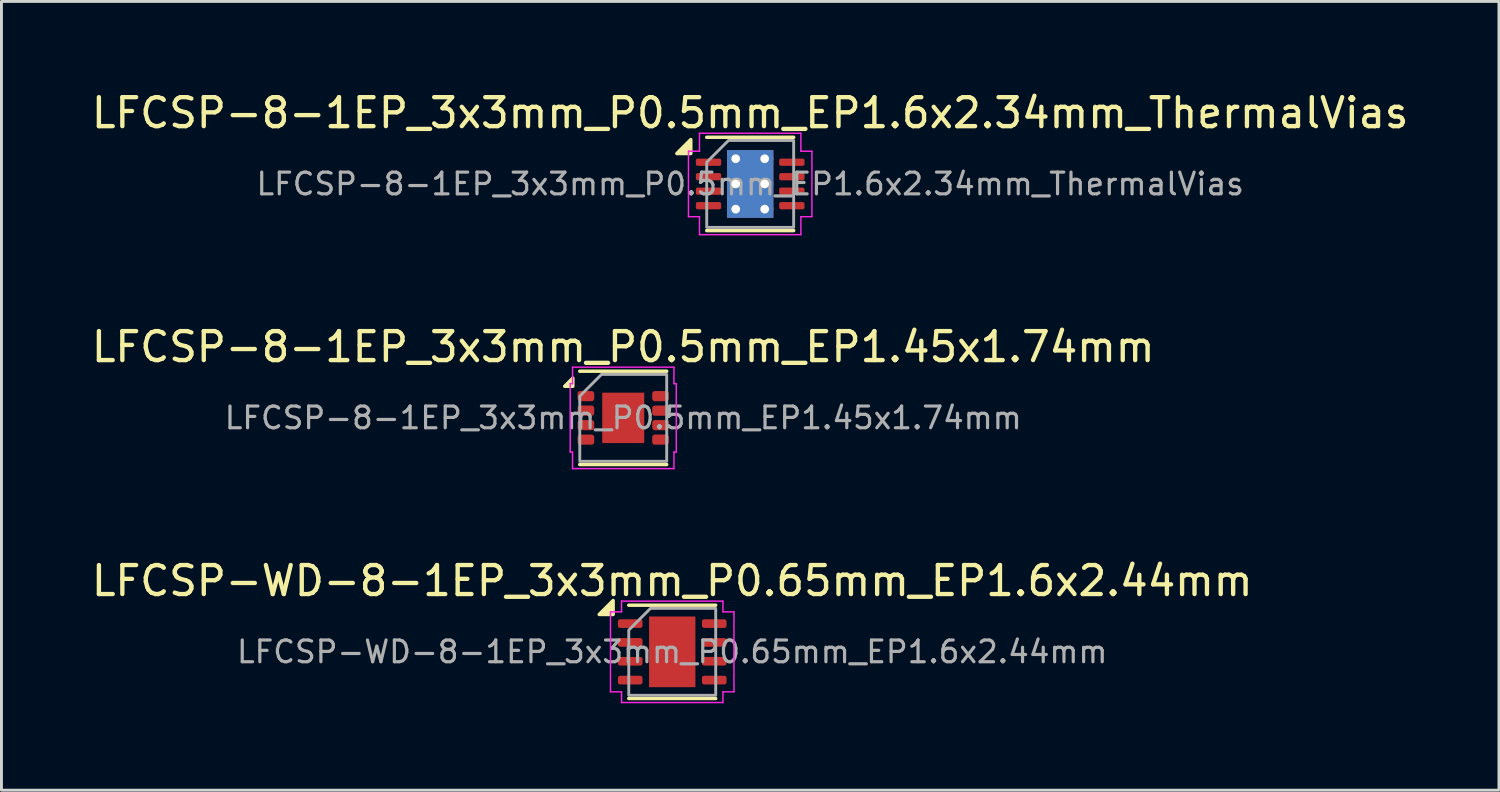
<source format=kicad_pcb>
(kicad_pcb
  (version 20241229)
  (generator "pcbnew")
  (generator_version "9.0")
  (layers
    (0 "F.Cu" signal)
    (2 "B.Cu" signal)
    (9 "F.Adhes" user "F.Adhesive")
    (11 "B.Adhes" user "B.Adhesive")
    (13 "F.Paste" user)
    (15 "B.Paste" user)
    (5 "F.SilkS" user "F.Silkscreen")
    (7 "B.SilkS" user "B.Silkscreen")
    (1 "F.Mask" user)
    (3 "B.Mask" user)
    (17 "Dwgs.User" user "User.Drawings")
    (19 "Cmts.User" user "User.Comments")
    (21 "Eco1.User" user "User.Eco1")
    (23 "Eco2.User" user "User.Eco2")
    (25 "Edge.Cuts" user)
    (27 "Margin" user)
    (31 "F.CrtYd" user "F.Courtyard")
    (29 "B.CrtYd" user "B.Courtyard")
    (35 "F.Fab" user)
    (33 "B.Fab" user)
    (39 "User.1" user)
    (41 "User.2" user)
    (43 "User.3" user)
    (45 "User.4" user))
  (footprint "LFCSP-WD-8-1EP_3x3mm_P0.65mm_EP1.6x2.44mm"
    (layer "F.Cu")
    (at 20.149 19.445)
    (property "Reference" "LFCSP-WD-8-1EP_3x3mm_P0.65mm_EP1.6x2.44mm" (at 0 -2.45 0) (layer "F.SilkS") (effects (font (size 1 1) (thickness 0.15))))
    (attr smd)
    (fp_line (start -1.5 -1.61) (end 1.5 -1.61) (stroke (width 0.12) (type solid)) (layer "F.SilkS"))
    (fp_line (start -1.5 1.61) (end 1.5 1.61) (stroke (width 0.12) (type solid)) (layer "F.SilkS"))
    (fp_poly (pts (xy -2.04 -1.29) (xy -2.52 -1.29) (xy -2.04 -1.77)) (stroke (width 0.12) (type solid)) (fill yes) (layer "F.SilkS"))
    (fp_line (start -2.13 -1.38) (end -1.75 -1.38) (stroke (width 0.05) (type solid)) (layer "F.CrtYd"))
    (fp_line (start -2.13 1.38) (end -2.13 -1.38) (stroke (width 0.05) (type solid)) (layer "F.CrtYd"))
    (fp_line (start -1.75 -1.75) (end 1.75 -1.75) (stroke (width 0.05) (type solid)) (layer "F.CrtYd"))
    (fp_line (start -1.75 -1.38) (end -1.75 -1.75) (stroke (width 0.05) (type solid)) (layer "F.CrtYd"))
    (fp_line (start -1.75 1.38) (end -2.13 1.38) (stroke (width 0.05) (type solid)) (layer "F.CrtYd"))
    (fp_line (start -1.75 1.75) (end -1.75 1.38) (stroke (width 0.05) (type solid)) (layer "F.CrtYd"))
    (fp_line (start 1.75 -1.75) (end 1.75 -1.38) (stroke (width 0.05) (type solid)) (layer "F.CrtYd"))
    (fp_line (start 1.75 -1.38) (end 2.13 -1.38) (stroke (width 0.05) (type solid)) (layer "F.CrtYd"))
    (fp_line (start 1.75 1.38) (end 1.75 1.75) (stroke (width 0.05) (type solid)) (layer "F.CrtYd"))
    (fp_line (start 1.75 1.75) (end -1.75 1.75) (stroke (width 0.05) (type solid)) (layer "F.CrtYd"))
    (fp_line (start 2.13 -1.38) (end 2.13 1.38) (stroke (width 0.05) (type solid)) (layer "F.CrtYd"))
    (fp_line (start 2.13 1.38) (end 1.75 1.38) (stroke (width 0.05) (type solid)) (layer "F.CrtYd"))
    (fp_poly (pts (xy -1.5 -0.75) (xy -1.5 1.5) (xy 1.5 1.5) (xy 1.5 -1.5) (xy -0.75 -1.5)) (stroke (width 0.1) (type solid)) (fill no) (layer "F.Fab"))
    (fp_text user "${REFERENCE}" (at 0 0 0) (layer "F.Fab") (effects (font (size 0.75 0.75) (thickness 0.11))))
    (pad "" smd roundrect (at -0.4 -0.81) (size 0.64 0.66) (layers "F.Paste") (roundrect_rratio 0.25))
    (pad "" smd roundrect (at -0.4 0) (size 0.64 0.66) (layers "F.Paste") (roundrect_rratio 0.25))
    (pad "" smd roundrect (at -0.4 0.81) (size 0.64 0.66) (layers "F.Paste") (roundrect_rratio 0.25))
    (pad "" smd roundrect (at 0.4 -0.81) (size 0.64 0.66) (layers "F.Paste") (roundrect_rratio 0.25))
    (pad "" smd roundrect (at 0.4 0) (size 0.64 0.66) (layers "F.Paste") (roundrect_rratio 0.25))
    (pad "" smd roundrect (at 0.4 0.81) (size 0.64 0.66) (layers "F.Paste") (roundrect_rratio 0.25))
    (pad "1" smd roundrect (at -1.45 -0.975) (size 0.85 0.3) (layers "F.Cu" "F.Mask" "F.Paste") (roundrect_rratio 0.25))
    (pad "2" smd roundrect (at -1.45 -0.325) (size 0.85 0.3) (layers "F.Cu" "F.Mask" "F.Paste") (roundrect_rratio 0.25))
    (pad "3" smd roundrect (at -1.45 0.325) (size 0.85 0.3) (layers "F.Cu" "F.Mask" "F.Paste") (roundrect_rratio 0.25))
    (pad "4" smd roundrect (at -1.45 0.975) (size 0.85 0.3) (layers "F.Cu" "F.Mask" "F.Paste") (roundrect_rratio 0.25))
    (pad "5" smd roundrect (at 1.45 0.975) (size 0.85 0.3) (layers "F.Cu" "F.Mask" "F.Paste") (roundrect_rratio 0.25))
    (pad "6" smd roundrect (at 1.45 0.325) (size 0.85 0.3) (layers "F.Cu" "F.Mask" "F.Paste") (roundrect_rratio 0.25))
    (pad "7" smd roundrect (at 1.45 -0.325) (size 0.85 0.3) (layers "F.Cu" "F.Mask" "F.Paste") (roundrect_rratio 0.25))
    (pad "8" smd roundrect (at 1.45 -0.975) (size 0.85 0.3) (layers "F.Cu" "F.Mask" "F.Paste") (roundrect_rratio 0.25))
    (pad "9" smd rect (at 0 0) (size 1.6 2.44) (property pad_prop_heatsink) (layers "F.Cu" "F.Mask")))
  (footprint "LFCSP-8-1EP_3x3mm_P0.5mm_EP1.45x1.74mm"
    (layer "F.Cu")
    (at 18.458 11.371)
    (property "Reference" "LFCSP-8-1EP_3x3mm_P0.5mm_EP1.45x1.74mm" (at 0 -2.45 0) (layer "F.SilkS") (effects (font (size 1 1) (thickness 0.15))))
    (attr smd)
    (fp_line (start -1.5 -1.61) (end 1.5 -1.61) (stroke (width 0.12) (type solid)) (layer "F.SilkS"))
    (fp_line (start -1.5 1.61) (end 1.5 1.61) (stroke (width 0.12) (type solid)) (layer "F.SilkS"))
    (fp_poly (pts (xy -1.74 -1.09) (xy -2.02 -1.09) (xy -1.74 -1.37)) (stroke (width 0.12) (type solid)) (fill yes) (layer "F.SilkS"))
    (fp_line (start -1.83 -1.18) (end -1.75 -1.18) (stroke (width 0.05) (type solid)) (layer "F.CrtYd"))
    (fp_line (start -1.83 1.18) (end -1.83 -1.18) (stroke (width 0.05) (type solid)) (layer "F.CrtYd"))
    (fp_line (start -1.75 -1.75) (end 1.75 -1.75) (stroke (width 0.05) (type solid)) (layer "F.CrtYd"))
    (fp_line (start -1.75 -1.18) (end -1.75 -1.75) (stroke (width 0.05) (type solid)) (layer "F.CrtYd"))
    (fp_line (start -1.75 1.18) (end -1.83 1.18) (stroke (width 0.05) (type solid)) (layer "F.CrtYd"))
    (fp_line (start -1.75 1.75) (end -1.75 1.18) (stroke (width 0.05) (type solid)) (layer "F.CrtYd"))
    (fp_line (start 1.75 -1.75) (end 1.75 -1.18) (stroke (width 0.05) (type solid)) (layer "F.CrtYd"))
    (fp_line (start 1.75 -1.18) (end 1.83 -1.18) (stroke (width 0.05) (type solid)) (layer "F.CrtYd"))
    (fp_line (start 1.75 1.18) (end 1.75 1.75) (stroke (width 0.05) (type solid)) (layer "F.CrtYd"))
    (fp_line (start 1.75 1.75) (end -1.75 1.75) (stroke (width 0.05) (type solid)) (layer "F.CrtYd"))
    (fp_line (start 1.83 -1.18) (end 1.83 1.18) (stroke (width 0.05) (type solid)) (layer "F.CrtYd"))
    (fp_line (start 1.83 1.18) (end 1.75 1.18) (stroke (width 0.05) (type solid)) (layer "F.CrtYd"))
    (fp_poly (pts (xy -1.5 -0.75) (xy -1.5 1.5) (xy 1.5 1.5) (xy 1.5 -1.5) (xy -0.75 -1.5)) (stroke (width 0.1) (type solid)) (fill no) (layer "F.Fab"))
    (fp_text user "${REFERENCE}" (at 0 0 0) (layer "F.Fab") (effects (font (size 0.75 0.75) (thickness 0.11))))
    (pad "" smd roundrect (at -0.365 -0.435) (size 0.58 0.7) (layers "F.Paste") (roundrect_rratio 0.25))
    (pad "" smd roundrect (at -0.365 0.435) (size 0.58 0.7) (layers "F.Paste") (roundrect_rratio 0.25))
    (pad "" smd roundrect (at 0.365 -0.435) (size 0.58 0.7) (layers "F.Paste") (roundrect_rratio 0.25))
    (pad "" smd roundrect (at 0.365 0.435) (size 0.58 0.7) (layers "F.Paste") (roundrect_rratio 0.25))
    (pad "1" smd roundrect (at -1.288 -0.75) (size 0.575 0.35) (layers "F.Cu" "F.Mask" "F.Paste") (roundrect_rratio 0.25))
    (pad "2" smd roundrect (at -1.288 -0.25) (size 0.575 0.35) (layers "F.Cu" "F.Mask" "F.Paste") (roundrect_rratio 0.25))
    (pad "3" smd roundrect (at -1.288 0.25) (size 0.575 0.35) (layers "F.Cu" "F.Mask" "F.Paste") (roundrect_rratio 0.25))
    (pad "4" smd roundrect (at -1.288 0.75) (size 0.575 0.35) (layers "F.Cu" "F.Mask" "F.Paste") (roundrect_rratio 0.25))
    (pad "5" smd roundrect (at 1.288 0.75) (size 0.575 0.35) (layers "F.Cu" "F.Mask" "F.Paste") (roundrect_rratio 0.25))
    (pad "6" smd roundrect (at 1.288 0.25) (size 0.575 0.35) (layers "F.Cu" "F.Mask" "F.Paste") (roundrect_rratio 0.25))
    (pad "7" smd roundrect (at 1.288 -0.25) (size 0.575 0.35) (layers "F.Cu" "F.Mask" "F.Paste") (roundrect_rratio 0.25))
    (pad "8" smd roundrect (at 1.288 -0.75) (size 0.575 0.35) (layers "F.Cu" "F.Mask" "F.Paste") (roundrect_rratio 0.25))
    (pad "9" smd rect (at 0 0) (size 1.45 1.74) (property pad_prop_heatsink) (layers "F.Cu" "F.Mask")))
  (footprint "LFCSP-8-1EP_3x3mm_P0.5mm_EP1.6x2.34mm_ThermalVias"
    (layer "F.Cu")
    (at 22.839 3.298)
    (property "Reference" "LFCSP-8-1EP_3x3mm_P0.5mm_EP1.6x2.34mm_ThermalVias" (at 0 -2.45 0) (layer "F.SilkS") (effects (font (size 1 1) (thickness 0.15))))
    (attr smd)
    (fp_line (start -1.5 -1.61) (end 1.5 -1.61) (stroke (width 0.12) (type solid)) (layer "F.SilkS"))
    (fp_line (start -1.5 1.61) (end 1.5 1.61) (stroke (width 0.12) (type solid)) (layer "F.SilkS"))
    (fp_poly (pts (xy -2.05 -1.05) (xy -2.53 -1.05) (xy -2.05 -1.53)) (stroke (width 0.12) (type solid)) (fill yes) (layer "F.SilkS"))
    (fp_line (start -2.13 -1.13) (end -1.75 -1.13) (stroke (width 0.05) (type solid)) (layer "F.CrtYd"))
    (fp_line (start -2.13 1.13) (end -2.13 -1.13) (stroke (width 0.05) (type solid)) (layer "F.CrtYd"))
    (fp_line (start -1.75 -1.75) (end 1.75 -1.75) (stroke (width 0.05) (type solid)) (layer "F.CrtYd"))
    (fp_line (start -1.75 -1.13) (end -1.75 -1.75) (stroke (width 0.05) (type solid)) (layer "F.CrtYd"))
    (fp_line (start -1.75 1.13) (end -2.13 1.13) (stroke (width 0.05) (type solid)) (layer "F.CrtYd"))
    (fp_line (start -1.75 1.75) (end -1.75 1.13) (stroke (width 0.05) (type solid)) (layer "F.CrtYd"))
    (fp_line (start 1.75 -1.75) (end 1.75 -1.13) (stroke (width 0.05) (type solid)) (layer "F.CrtYd"))
    (fp_line (start 1.75 -1.13) (end 2.13 -1.13) (stroke (width 0.05) (type solid)) (layer "F.CrtYd"))
    (fp_line (start 1.75 1.13) (end 1.75 1.75) (stroke (width 0.05) (type solid)) (layer "F.CrtYd"))
    (fp_line (start 1.75 1.75) (end -1.75 1.75) (stroke (width 0.05) (type solid)) (layer "F.CrtYd"))
    (fp_line (start 2.13 -1.13) (end 2.13 1.13) (stroke (width 0.05) (type solid)) (layer "F.CrtYd"))
    (fp_line (start 2.13 1.13) (end 1.75 1.13) (stroke (width 0.05) (type solid)) (layer "F.CrtYd"))
    (fp_poly (pts (xy -1.5 -0.75) (xy -1.5 1.5) (xy 1.5 1.5) (xy 1.5 -1.5) (xy -0.75 -1.5)) (stroke (width 0.1) (type solid)) (fill no) (layer "F.Fab"))
    (fp_text user "${REFERENCE}" (at 0 0 0) (layer "F.Fab") (effects (font (size 0.75 0.75) (thickness 0.11))))
    (pad "" smd roundrect (at -0.4 -0.585) (size 0.69 1.01) (layers "F.Paste") (roundrect_rratio 0.25))
    (pad "" smd roundrect (at -0.4 0.585) (size 0.69 1.01) (layers "F.Paste") (roundrect_rratio 0.25))
    (pad "" smd roundrect (at 0.4 -0.585) (size 0.69 1.01) (layers "F.Paste") (roundrect_rratio 0.25))
    (pad "" smd roundrect (at 0.4 0.585) (size 0.69 1.01) (layers "F.Paste") (roundrect_rratio 0.25))
    (pad "1" smd roundrect (at -1.438 -0.75) (size 0.875 0.25) (layers "F.Cu" "F.Mask" "F.Paste") (roundrect_rratio 0.25))
    (pad "2" smd roundrect (at -1.438 -0.25) (size 0.875 0.25) (layers "F.Cu" "F.Mask" "F.Paste") (roundrect_rratio 0.25))
    (pad "3" smd roundrect (at -1.438 0.25) (size 0.875 0.25) (layers "F.Cu" "F.Mask" "F.Paste") (roundrect_rratio 0.25))
    (pad "4" smd roundrect (at -1.438 0.75) (size 0.875 0.25) (layers "F.Cu" "F.Mask" "F.Paste") (roundrect_rratio 0.25))
    (pad "5" smd roundrect (at 1.438 0.75) (size 0.875 0.25) (layers "F.Cu" "F.Mask" "F.Paste") (roundrect_rratio 0.25))
    (pad "6" smd roundrect (at 1.438 0.25) (size 0.875 0.25) (layers "F.Cu" "F.Mask" "F.Paste") (roundrect_rratio 0.25))
    (pad "7" smd roundrect (at 1.438 -0.25) (size 0.875 0.25) (layers "F.Cu" "F.Mask" "F.Paste") (roundrect_rratio 0.25))
    (pad "8" smd roundrect (at 1.438 -0.75) (size 0.875 0.25) (layers "F.Cu" "F.Mask" "F.Paste") (roundrect_rratio 0.25))
    (pad "9" thru_hole circle (at -0.5 -0.87) (size 0.6 0.6) (drill 0.3) (property pad_prop_heatsink) (layers "*.Cu"))
    (pad "9" thru_hole circle (at -0.5 0) (size 0.6 0.6) (drill 0.3) (property pad_prop_heatsink) (layers "*.Cu"))
    (pad "9" thru_hole circle (at -0.5 0.87) (size 0.6 0.6) (drill 0.3) (property pad_prop_heatsink) (layers "*.Cu"))
    (pad "9" smd rect (at 0 0) (size 1.6 2.34) (property pad_prop_heatsink) (layers "F.Cu" "F.Mask"))
    (pad "9" smd rect (at 0 0) (size 1.6 2.34) (property pad_prop_heatsink) (layers "B.Cu"))
    (pad "9" thru_hole circle (at 0.5 -0.87) (size 0.6 0.6) (drill 0.3) (property pad_prop_heatsink) (layers "*.Cu"))
    (pad "9" thru_hole circle (at 0.5 0) (size 0.6 0.6) (drill 0.3) (property pad_prop_heatsink) (layers "*.Cu"))
    (pad "9" thru_hole circle (at 0.5 0.87) (size 0.6 0.6) (drill 0.3) (property pad_prop_heatsink) (layers "*.Cu")))
  (gr_rect
    (start -3 -3)
    (end 48.679 24.22)
    (stroke (width 0.1) (type default))
    (fill no)
    (layer "Edge.Cuts")))
</source>
